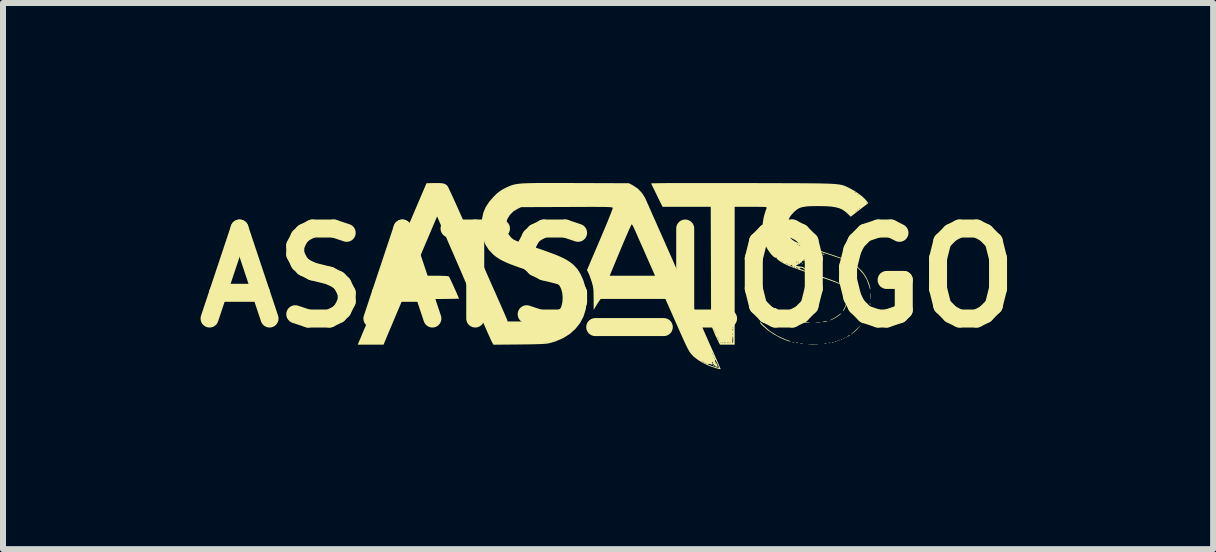
<source format=kicad_pcb>
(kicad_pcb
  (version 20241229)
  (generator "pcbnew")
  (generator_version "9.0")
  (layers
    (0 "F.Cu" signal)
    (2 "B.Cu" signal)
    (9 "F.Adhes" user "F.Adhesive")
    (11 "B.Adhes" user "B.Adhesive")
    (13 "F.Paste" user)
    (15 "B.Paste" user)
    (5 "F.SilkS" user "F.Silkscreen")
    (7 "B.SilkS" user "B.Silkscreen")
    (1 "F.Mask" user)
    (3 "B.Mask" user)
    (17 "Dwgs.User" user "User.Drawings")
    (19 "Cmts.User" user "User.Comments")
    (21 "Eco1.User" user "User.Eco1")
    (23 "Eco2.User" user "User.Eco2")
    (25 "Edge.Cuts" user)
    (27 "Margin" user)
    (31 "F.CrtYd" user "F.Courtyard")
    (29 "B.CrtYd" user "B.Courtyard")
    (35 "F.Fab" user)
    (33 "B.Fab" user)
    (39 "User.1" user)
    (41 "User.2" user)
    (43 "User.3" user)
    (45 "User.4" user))
  (footprint "ASATS_LOGO"
    (layer "F.Cu")
    (at 7.086 1.581)
    (property "Reference" "ASATS_LOGO" (at 0 0 0) (layer "F.SilkS") (effects (font (size 1.5 1.5) (thickness 0.3))))
    (attr board_only exclude_from_pos_files exclude_from_bom)
    (fp_poly (pts (xy 2.534 0.733) (xy 2.532 0.732) (xy 2.533 0.731)) (stroke (width 0) (type solid)) (fill yes) (layer "F.SilkS"))
    (fp_poly (pts (xy 3.176 -0.217) (xy 3.171 -0.211) (xy 3.165 -0.217) (xy 3.171 -0.223)) (stroke (width 0) (type solid)) (fill yes) (layer "F.SilkS"))
    (fp_poly (pts (xy 3.282 -0.264) (xy 3.276 -0.258) (xy 3.27 -0.264) (xy 3.276 -0.27)) (stroke (width 0) (type solid)) (fill yes) (layer "F.SilkS"))
    (fp_poly (pts (xy 3.317 -0.275) (xy 3.311 -0.27) (xy 3.305 -0.275) (xy 3.311 -0.281)) (stroke (width 0) (type solid)) (fill yes) (layer "F.SilkS"))
    (fp_poly (pts (xy 3.481 -0.393) (xy 3.475 -0.387) (xy 3.469 -0.393) (xy 3.475 -0.399)) (stroke (width 0) (type solid)) (fill yes) (layer "F.SilkS"))
    (fp_poly (pts (xy 3.868 1.037) (xy 3.862 1.043) (xy 3.856 1.037) (xy 3.862 1.031)) (stroke (width 0) (type solid)) (fill yes) (layer "F.SilkS"))
    (fp_poly (pts (xy 3.927 1.014) (xy 3.921 1.02) (xy 3.915 1.014) (xy 3.921 1.008)) (stroke (width 0) (type solid)) (fill yes) (layer "F.SilkS"))
    (fp_poly (pts (xy 3.95 1.002) (xy 3.944 1.008) (xy 3.938 1.002) (xy 3.944 0.996)) (stroke (width 0) (type solid)) (fill yes) (layer "F.SilkS"))
    (fp_poly (pts (xy 3.974 0.99) (xy 3.968 0.996) (xy 3.962 0.99) (xy 3.968 0.985)) (stroke (width 0) (type solid)) (fill yes) (layer "F.SilkS"))
    (fp_poly (pts (xy 3.103 1.071) (xy 3.099 1.077) (xy 3.088 1.077) (xy 3.075 1.075) (xy 3.08 1.07) (xy 3.099 1.069)) (stroke (width 0) (type solid)) (fill yes) (layer "F.SilkS"))
    (fp_poly (pts (xy 3.325 -0.301) (xy 3.323 -0.294) (xy 3.317 -0.293) (xy 3.307 -0.297) (xy 3.309 -0.301) (xy 3.323 -0.302)) (stroke (width 0) (type solid)) (fill yes) (layer "F.SilkS"))
    (fp_poly (pts (xy 3.637 1.094) (xy 3.638 1.098) (xy 3.622 1.1) (xy 3.605 1.098) (xy 3.607 1.094) (xy 3.631 1.092)) (stroke (width 0) (type solid)) (fill yes) (layer "F.SilkS"))
    (fp_poly (pts (xy 3.707 1.082) (xy 3.708 1.087) (xy 3.692 1.088) (xy 3.676 1.086) (xy 3.678 1.082) (xy 3.702 1.081)) (stroke (width 0) (type solid)) (fill yes) (layer "F.SilkS"))
    (fp_poly (pts (xy 3.759 1.071) (xy 3.756 1.077) (xy 3.744 1.077) (xy 3.731 1.075) (xy 3.737 1.07) (xy 3.755 1.069)) (stroke (width 0) (type solid)) (fill yes) (layer "F.SilkS"))
    (fp_poly (pts (xy 3.806 1.06) (xy 3.803 1.065) (xy 3.791 1.066) (xy 3.778 1.063) (xy 3.784 1.059) (xy 3.802 1.057)) (stroke (width 0) (type solid)) (fill yes) (layer "F.SilkS"))
    (fp_poly (pts (xy 3.841 1.047) (xy 3.839 1.054) (xy 3.833 1.055) (xy 3.823 1.051) (xy 3.825 1.047) (xy 3.839 1.046)) (stroke (width 0) (type solid)) (fill yes) (layer "F.SilkS"))
    (fp_poly (pts (xy 3.899 1.024) (xy 3.898 1.031) (xy 3.891 1.031) (xy 3.882 1.027) (xy 3.884 1.024) (xy 3.898 1.022)) (stroke (width 0) (type solid)) (fill yes) (layer "F.SilkS"))
    (fp_poly (pts (xy 4.345 0.531) (xy 4.346 0.545) (xy 4.345 0.547) (xy 4.338 0.545) (xy 4.337 0.539) (xy 4.341 0.53)) (stroke (width 0) (type solid)) (fill yes) (layer "F.SilkS"))
    (fp_poly (pts (xy 4.357 0.49) (xy 4.358 0.508) (xy 4.356 0.513) (xy 4.35 0.509) (xy 4.35 0.497) (xy 4.352 0.485)) (stroke (width 0) (type solid)) (fill yes) (layer "F.SilkS"))
    (fp_poly (pts (xy 4.368 0.419) (xy 4.37 0.443) (xy 4.368 0.448) (xy 4.364 0.45) (xy 4.362 0.434) (xy 4.364 0.417)) (stroke (width 0) (type solid)) (fill yes) (layer "F.SilkS"))
    (fp_poly (pts (xy 3.168 1.082) (xy 3.168 1.086) (xy 3.15 1.088) (xy 3.147 1.088) (xy 3.129 1.086) (xy 3.131 1.083) (xy 3.133 1.082) (xy 3.158 1.08)) (stroke (width 0) (type solid)) (fill yes) (layer "F.SilkS"))
    (fp_poly (pts (xy 3.243 -0.239) (xy 3.241 -0.234) (xy 3.23 -0.223) (xy 3.228 -0.223) (xy 3.227 -0.23) (xy 3.229 -0.234) (xy 3.24 -0.246) (xy 3.242 -0.246)) (stroke (width 0) (type solid)) (fill yes) (layer "F.SilkS"))
    (fp_poly (pts (xy 3.244 1.094) (xy 3.248 1.097) (xy 3.231 1.099) (xy 3.223 1.099) (xy 3.202 1.098) (xy 3.2 1.095) (xy 3.203 1.094) (xy 3.233 1.092)) (stroke (width 0) (type solid)) (fill yes) (layer "F.SilkS"))
    (fp_poly (pts (xy 3.395 -0.379) (xy 3.393 -0.375) (xy 3.382 -0.364) (xy 3.38 -0.363) (xy 3.379 -0.371) (xy 3.382 -0.375) (xy 3.393 -0.386) (xy 3.395 -0.387)) (stroke (width 0) (type solid)) (fill yes) (layer "F.SilkS"))
    (fp_poly (pts (xy 3.587 -0.402) (xy 3.606 -0.395) (xy 3.61 -0.391) (xy 3.6 -0.388) (xy 3.587 -0.387) (xy 3.568 -0.391) (xy 3.563 -0.397) (xy 3.573 -0.403)) (stroke (width 0) (type solid)) (fill yes) (layer "F.SilkS"))
    (fp_poly (pts (xy 3.993 0.308) (xy 3.995 0.337) (xy 3.993 0.349) (xy 3.99 0.352) (xy 3.988 0.336) (xy 3.988 0.328) (xy 3.989 0.307) (xy 3.992 0.304)) (stroke (width 0) (type solid)) (fill yes) (layer "F.SilkS"))
    (fp_poly (pts (xy 4.032 0.954) (xy 4.023 0.964) (xy 4.009 0.973) (xy 3.991 0.98) (xy 3.985 0.98) (xy 3.994 0.97) (xy 4.009 0.961) (xy 4.027 0.954)) (stroke (width 0) (type solid)) (fill yes) (layer "F.SilkS"))
    (fp_poly (pts (xy 4.251 0.746) (xy 4.249 0.75) (xy 4.238 0.761) (xy 4.236 0.762) (xy 4.235 0.754) (xy 4.237 0.75) (xy 4.248 0.739) (xy 4.25 0.738)) (stroke (width 0) (type solid)) (fill yes) (layer "F.SilkS"))
    (fp_poly (pts (xy 3.537 0.742) (xy 3.544 0.744) (xy 3.53 0.746) (xy 3.499 0.747) (xy 3.469 0.746) (xy 3.457 0.744) (xy 3.466 0.742) (xy 3.467 0.742) (xy 3.505 0.74)) (stroke (width 0) (type solid)) (fill yes) (layer "F.SilkS"))
    (fp_poly (pts (xy 3.36 -0.345) (xy 3.354 -0.337) (xy 3.338 -0.32) (xy 3.329 -0.32) (xy 3.322 -0.331) (xy 3.319 -0.339) (xy 3.323 -0.337) (xy 3.339 -0.336) (xy 3.351 -0.343) (xy 3.364 -0.352)) (stroke (width 0) (type solid)) (fill yes) (layer "F.SilkS"))
    (fp_poly (pts (xy 4.38 0.255) (xy 4.381 0.261) (xy 4.382 0.305) (xy 4.381 0.349) (xy 4.378 0.359) (xy 4.377 0.348) (xy 4.376 0.319) (xy 4.376 0.305) (xy 4.376 0.27) (xy 4.378 0.252)) (stroke (width 0) (type solid)) (fill yes) (layer "F.SilkS"))
    (fp_poly (pts (xy 3.659 0.722) (xy 3.651 0.726) (xy 3.631 0.732) (xy 3.606 0.737) (xy 3.584 0.738) (xy 3.575 0.736) (xy 3.576 0.734) (xy 3.59 0.73) (xy 3.618 0.724) (xy 3.628 0.723) (xy 3.654 0.72)) (stroke (width 0) (type solid)) (fill yes) (layer "F.SilkS"))
    (fp_poly (pts (xy 3.461 1.104) (xy 3.49 1.105) (xy 3.505 1.106) (xy 3.498 1.108) (xy 3.472 1.109) (xy 3.429 1.109) (xy 3.417 1.109) (xy 3.37 1.109) (xy 3.341 1.108) (xy 3.332 1.107) (xy 3.343 1.105) (xy 3.35 1.105) (xy 3.404 1.103)) (stroke (width 0) (type solid)) (fill yes) (layer "F.SilkS"))
    (fp_poly (pts (xy 3.886 0.596) (xy 3.883 0.599) (xy 3.855 0.624) (xy 3.814 0.652) (xy 3.768 0.679) (xy 3.727 0.7) (xy 3.704 0.708) (xy 3.697 0.708) (xy 3.708 0.7) (xy 3.727 0.691) (xy 3.766 0.67) (xy 3.811 0.642) (xy 3.844 0.619) (xy 3.872 0.599) (xy 3.887 0.591)) (stroke (width 0) (type solid)) (fill yes) (layer "F.SilkS"))
    (fp_poly (pts (xy 3.984 0.399) (xy 3.98 0.425) (xy 3.967 0.462) (xy 3.951 0.501) (xy 3.933 0.535) (xy 3.918 0.555) (xy 3.916 0.556) (xy 3.913 0.552) (xy 3.922 0.533) (xy 3.929 0.52) (xy 3.949 0.48) (xy 3.966 0.434) (xy 3.969 0.423) (xy 3.978 0.395) (xy 3.983 0.389)) (stroke (width 0) (type solid)) (fill yes) (layer "F.SilkS"))
    (fp_poly (pts (xy 4.335 0.575) (xy 4.331 0.589) (xy 4.32 0.616) (xy 4.305 0.65) (xy 4.288 0.684) (xy 4.273 0.711) (xy 4.263 0.726) (xy 4.261 0.727) (xy 4.263 0.717) (xy 4.273 0.691) (xy 4.29 0.655) (xy 4.293 0.647) (xy 4.312 0.61) (xy 4.326 0.584) (xy 4.334 0.575)) (stroke (width 0) (type solid)) (fill yes) (layer "F.SilkS"))
    (fp_poly (pts (xy 4.207 0.8) (xy 4.185 0.824) (xy 4.173 0.836) (xy 4.137 0.873) (xy 4.102 0.905) (xy 4.075 0.927) (xy 4.073 0.929) (xy 4.054 0.942) (xy 4.048 0.944) (xy 4.05 0.942) (xy 4.063 0.929) (xy 4.089 0.905) (xy 4.124 0.873) (xy 4.149 0.849) (xy 4.188 0.814) (xy 4.21 0.794) (xy 4.216 0.79)) (stroke (width 0) (type solid)) (fill yes) (layer "F.SilkS"))
    (fp_poly (pts (xy 2.582 0.783) (xy 2.694 0.883) (xy 2.822 0.965) (xy 2.965 1.03) (xy 2.989 1.038) (xy 3.024 1.051) (xy 3.045 1.061) (xy 3.048 1.065) (xy 3.048 1.065) (xy 3.027 1.061) (xy 2.994 1.052) (xy 2.969 1.043) (xy 2.869 1) (xy 2.766 0.944) (xy 2.671 0.88) (xy 2.633 0.849) (xy 2.583 0.806) (xy 2.55 0.775) (xy 2.534 0.75) (xy 2.534 0.733)) (stroke (width 0) (type solid)) (fill yes) (layer "F.SilkS"))
    (fp_poly (pts (xy 2.851 0.548) (xy 2.976 0.631) (xy 3.103 0.691) (xy 3.235 0.727) (xy 3.304 0.738) (xy 3.346 0.742) (xy 3.366 0.745) (xy 3.366 0.747) (xy 3.346 0.748) (xy 3.334 0.749) (xy 3.251 0.742) (xy 3.158 0.72) (xy 3.061 0.685) (xy 2.966 0.639) (xy 2.879 0.584) (xy 2.867 0.575) (xy 2.826 0.546) (xy 2.798 0.53) (xy 2.779 0.528) (xy 2.773 0.53) (xy 2.76 0.544) (xy 2.761 0.552) (xy 2.76 0.56) (xy 2.756 0.56) (xy 2.742 0.566) (xy 2.715 0.584) (xy 2.678 0.612) (xy 2.638 0.644) (xy 2.533 0.731) (xy 2.533 0.729) (xy 2.548 0.707) (xy 2.576 0.68) (xy 2.599 0.66) (xy 2.644 0.622) (xy 2.69 0.583) (xy 2.728 0.551) (xy 2.734 0.547) (xy 2.79 0.501)) (stroke (width 0) (type solid)) (fill yes) (layer "F.SilkS"))
    (fp_poly (pts (xy -0.874 -1.581) (xy -0.721 -1.581) (xy -0.546 -1.58) (xy -0.539 -1.58) (xy 0.346 -1.577) (xy 0.41 -1.544) (xy 0.495 -1.488) (xy 0.565 -1.415) (xy 0.618 -1.33) (xy 0.619 -1.326) (xy 0.629 -1.306) (xy 0.646 -1.266) (xy 0.672 -1.208) (xy 0.705 -1.134) (xy 0.743 -1.047) (xy 0.788 -0.947) (xy 0.836 -0.838) (xy 0.889 -0.719) (xy 0.944 -0.595) (xy 1.001 -0.465) (xy 1.06 -0.333) (xy 1.118 -0.2) (xy 1.177 -0.068) (xy 1.234 0.061) (xy 1.289 0.185) (xy 1.341 0.303) (xy 1.39 0.413) (xy 1.433 0.512) (xy 1.472 0.599) (xy 1.504 0.672) (xy 1.529 0.729) (xy 1.536 0.744) (xy 1.556 0.789) (xy 1.583 0.852) (xy 1.616 0.927) (xy 1.653 1.011) (xy 1.692 1.1) (xy 1.732 1.188) (xy 1.734 1.193) (xy 1.77 1.274) (xy 1.802 1.348) (xy 1.83 1.411) (xy 1.852 1.463) (xy 1.867 1.499) (xy 1.875 1.517) (xy 1.875 1.519) (xy 1.873 1.522) (xy 1.861 1.522) (xy 1.837 1.516) (xy 1.797 1.506) (xy 1.69 1.47) (xy 1.622 1.439) (xy 1.661 1.439) (xy 1.671 1.445) (xy 1.696 1.456) (xy 1.732 1.47) (xy 1.773 1.483) (xy 1.81 1.494) (xy 1.835 1.499) (xy 1.837 1.5) (xy 1.846 1.495) (xy 1.843 1.478) (xy 1.836 1.461) (xy 1.819 1.423) (xy 1.801 1.388) (xy 1.789 1.367) (xy 1.783 1.365) (xy 1.782 1.38) (xy 1.786 1.401) (xy 1.792 1.407) (xy 1.801 1.416) (xy 1.813 1.438) (xy 1.824 1.464) (xy 1.829 1.483) (xy 1.829 1.483) (xy 1.819 1.483) (xy 1.798 1.48) (xy 1.779 1.473) (xy 1.78 1.465) (xy 1.783 1.463) (xy 1.788 1.457) (xy 1.771 1.46) (xy 1.77 1.46) (xy 1.75 1.465) (xy 1.75 1.459) (xy 1.757 1.449) (xy 1.766 1.436) (xy 1.76 1.435) (xy 1.742 1.441) (xy 1.721 1.447) (xy 1.715 1.445) (xy 1.715 1.445) (xy 1.709 1.438) (xy 1.687 1.435) (xy 1.685 1.435) (xy 1.663 1.435) (xy 1.661 1.439) (xy 1.622 1.439) (xy 1.589 1.424) (xy 1.586 1.422) (xy 1.621 1.422) (xy 1.623 1.429) (xy 1.629 1.43) (xy 1.639 1.426) (xy 1.637 1.422) (xy 1.623 1.421) (xy 1.621 1.422) (xy 1.586 1.422) (xy 1.546 1.398) (xy 1.584 1.398) (xy 1.587 1.405) (xy 1.599 1.417) (xy 1.606 1.415) (xy 1.606 1.413) (xy 1.605 1.412) (xy 1.728 1.412) (xy 1.729 1.418) (xy 1.739 1.429) (xy 1.741 1.43) (xy 1.747 1.424) (xy 1.782 1.424) (xy 1.787 1.43) (xy 1.793 1.424) (xy 1.787 1.418) (xy 1.782 1.424) (xy 1.747 1.424) (xy 1.75 1.422) (xy 1.752 1.418) (xy 1.75 1.408) (xy 1.741 1.407) (xy 1.728 1.412) (xy 1.605 1.412) (xy 1.597 1.403) (xy 1.592 1.4) (xy 1.584 1.398) (xy 1.546 1.398) (xy 1.531 1.389) (xy 1.559 1.389) (xy 1.565 1.395) (xy 1.571 1.389) (xy 1.565 1.383) (xy 1.559 1.389) (xy 1.531 1.389) (xy 1.498 1.369) (xy 1.464 1.342) (xy 1.77 1.342) (xy 1.776 1.348) (xy 1.782 1.342) (xy 1.776 1.336) (xy 1.77 1.342) (xy 1.464 1.342) (xy 1.434 1.319) (xy 1.758 1.319) (xy 1.764 1.325) (xy 1.77 1.319) (xy 1.764 1.313) (xy 1.758 1.319) (xy 1.434 1.319) (xy 1.423 1.31) (xy 1.398 1.283) (xy 1.746 1.283) (xy 1.752 1.289) (xy 1.758 1.283) (xy 1.752 1.278) (xy 1.746 1.283) (xy 1.398 1.283) (xy 1.394 1.28) (xy 1.38 1.264) (xy 1.378 1.26) (xy 1.735 1.26) (xy 1.741 1.266) (xy 1.746 1.26) (xy 1.741 1.254) (xy 1.735 1.26) (xy 1.378 1.26) (xy 1.367 1.246) (xy 1.354 1.226) (xy 1.339 1.201) (xy 1.322 1.168) (xy 1.301 1.126) (xy 1.276 1.073) (xy 1.246 1.007) (xy 1.209 0.925) (xy 1.165 0.826) (xy 1.113 0.708) (xy 1.107 0.695) (xy 0.955 0.352) (xy 0.416 0.352) (xy -0.123 0.352) (xy -0.146 0.383) (xy -0.165 0.411) (xy -0.189 0.449) (xy -0.204 0.474) (xy -0.24 0.534) (xy -0.241 0.352) (xy -0.242 0.279) (xy -0.243 0.224) (xy -0.247 0.18) (xy -0.253 0.142) (xy -0.262 0.104) (xy -0.273 0.067) (xy -0.291 0.014) (xy -0.308 -0.035) (xy 0.027 -0.035) (xy 0.405 -0.035) (xy 0.783 -0.035) (xy 0.636 -0.366) (xy 0.598 -0.454) (xy 0.56 -0.54) (xy 0.524 -0.62) (xy 0.493 -0.69) (xy 0.468 -0.748) (xy 0.45 -0.789) (xy 0.447 -0.795) (xy 0.427 -0.838) (xy 0.41 -0.872) (xy 0.397 -0.89) (xy 0.394 -0.893) (xy 0.387 -0.882) (xy 0.373 -0.852) (xy 0.351 -0.805) (xy 0.324 -0.743) (xy 0.292 -0.669) (xy 0.256 -0.585) (xy 0.217 -0.493) (xy 0.205 -0.464) (xy 0.027 -0.035) (xy -0.308 -0.035) (xy -0.309 -0.036) (xy -0.324 -0.074) (xy -0.329 -0.083) (xy -0.352 -0.129) (xy -0.134 -0.639) (xy -0.09 -0.743) (xy -0.049 -0.84) (xy -0.012 -0.929) (xy 0.019 -1.007) (xy 0.045 -1.072) (xy 0.064 -1.122) (xy 0.075 -1.154) (xy 0.078 -1.167) (xy 0.074 -1.17) (xy 0.066 -1.173) (xy 0.051 -1.176) (xy 0.028 -1.178) (xy -0.005 -1.18) (xy -0.05 -1.181) (xy -0.108 -1.182) (xy -0.18 -1.182) (xy -0.27 -1.183) (xy -0.377 -1.182) (xy -0.504 -1.182) (xy -0.652 -1.181) (xy -0.688 -1.181) (xy -1.448 -1.178) (xy -1.506 -1.151) (xy -1.579 -1.107) (xy -1.637 -1.048) (xy -1.679 -0.98) (xy -1.701 -0.906) (xy -1.704 -0.867) (xy -1.696 -0.8) (xy -1.67 -0.74) (xy -1.625 -0.682) (xy -1.61 -0.666) (xy -1.595 -0.653) (xy -1.578 -0.64) (xy -1.555 -0.628) (xy -1.525 -0.615) (xy -1.485 -0.599) (xy -1.432 -0.58) (xy -1.363 -0.556) (xy -1.275 -0.527) (xy -1.228 -0.511) (xy -1.099 -0.467) (xy -0.99 -0.428) (xy -0.898 -0.394) (xy -0.821 -0.363) (xy -0.756 -0.333) (xy -0.702 -0.305) (xy -0.655 -0.276) (xy -0.612 -0.246) (xy -0.572 -0.213) (xy -0.571 -0.212) (xy -0.51 -0.145) (xy -0.457 -0.059) (xy -0.413 0.041) (xy -0.38 0.151) (xy -0.361 0.259) (xy -0.356 0.395) (xy -0.372 0.524) (xy -0.409 0.643) (xy -0.466 0.752) (xy -0.542 0.849) (xy -0.636 0.934) (xy -0.747 1.004) (xy -0.874 1.059) (xy -0.944 1.08) (xy -0.97 1.087) (xy -0.995 1.093) (xy -1.024 1.097) (xy -1.057 1.1) (xy -1.099 1.103) (xy -1.152 1.105) (xy -1.218 1.107) (xy -1.3 1.109) (xy -1.402 1.11) (xy -1.473 1.111) (xy -1.909 1.115) (xy -1.927 1.088) (xy -1.932 1.079) (xy -1.94 1.063) (xy -1.951 1.04) (xy -1.966 1.007) (xy -1.985 0.964) (xy -2.01 0.909) (xy -2.04 0.84) (xy -2.077 0.757) (xy -2.121 0.657) (xy -2.172 0.54) (xy -2.231 0.404) (xy -2.297 0.252) (xy -2.312 0.218) (xy -2.335 0.166) (xy -2.364 0.099) (xy -2.398 0.02) (xy -2.437 -0.07) (xy -2.478 -0.166) (xy -2.522 -0.267) (xy -2.567 -0.371) (xy -2.612 -0.474) (xy -2.656 -0.575) (xy -2.697 -0.67) (xy -2.735 -0.757) (xy -2.768 -0.834) (xy -2.796 -0.898) (xy -2.817 -0.947) (xy -2.83 -0.977) (xy -2.833 -0.984) (xy -2.85 -1.024) (xy -2.959 -0.767) (xy -2.998 -0.675) (xy -3.042 -0.572) (xy -3.087 -0.466) (xy -3.129 -0.365) (xy -3.166 -0.277) (xy -3.168 -0.273) (xy -3.268 -0.035) (xy -2.966 -0.035) (xy -2.867 -0.035) (xy -2.79 -0.034) (xy -2.731 -0.032) (xy -2.691 -0.03) (xy -2.665 -0.026) (xy -2.653 -0.022) (xy -2.652 -0.021) (xy -2.644 -0.007) (xy -2.629 0.024) (xy -2.609 0.067) (xy -2.585 0.118) (xy -2.561 0.172) (xy -2.536 0.226) (xy -2.515 0.275) (xy -2.498 0.314) (xy -2.487 0.34) (xy -2.485 0.347) (xy -2.496 0.348) (xy -2.528 0.349) (xy -2.579 0.35) (xy -2.646 0.351) (xy -2.726 0.352) (xy -2.818 0.353) (xy -2.918 0.354) (xy -2.955 0.354) (xy -3.424 0.357) (xy -3.553 0.662) (xy -3.588 0.746) (xy -3.622 0.826) (xy -3.653 0.899) (xy -3.679 0.961) (xy -3.699 1.01) (xy -3.712 1.04) (xy -3.712 1.04) (xy -3.742 1.114) (xy -3.957 1.114) (xy -4.173 1.114) (xy -4.155 1.07) (xy -4.147 1.051) (xy -4.13 1.012) (xy -4.107 0.957) (xy -4.077 0.886) (xy -4.041 0.802) (xy -4.001 0.708) (xy -3.957 0.606) (xy -3.911 0.497) (xy -3.891 0.451) (xy -3.84 0.332) (xy -3.782 0.195) (xy -3.718 0.045) (xy -3.65 -0.114) (xy -3.58 -0.278) (xy -3.51 -0.442) (xy -3.442 -0.603) (xy -3.377 -0.755) (xy -3.337 -0.85) (xy -3.027 -1.577) (xy -2.894 -1.58) (xy -2.821 -1.58) (xy -2.768 -1.577) (xy -2.729 -1.568) (xy -2.7 -1.553) (xy -2.678 -1.532) (xy -2.674 -1.525) (xy -2.664 -1.508) (xy -2.647 -1.472) (xy -2.622 -1.419) (xy -2.591 -1.352) (xy -2.555 -1.273) (xy -2.515 -1.185) (xy -2.473 -1.09) (xy -2.452 -1.043) (xy -2.407 -0.942) (xy -2.355 -0.823) (xy -2.296 -0.691) (xy -2.234 -0.551) (xy -2.17 -0.406) (xy -2.105 -0.26) (xy -2.042 -0.118) (xy -1.983 0.016) (xy -1.975 0.035) (xy -1.924 0.15) (xy -1.875 0.259) (xy -1.831 0.361) (xy -1.79 0.452) (xy -1.755 0.532) (xy -1.726 0.599) (xy -1.704 0.649) (xy -1.69 0.682) (xy -1.685 0.694) (xy -1.674 0.727) (xy -1.383 0.727) (xy -1.291 0.727) (xy -1.218 0.726) (xy -1.162 0.725) (xy -1.119 0.722) (xy -1.085 0.719) (xy -1.056 0.714) (xy -1.029 0.707) (xy -1.013 0.702) (xy -0.938 0.668) (xy -0.871 0.618) (xy -0.817 0.555) (xy -0.781 0.485) (xy -0.779 0.48) (xy -0.762 0.407) (xy -0.757 0.327) (xy -0.764 0.251) (xy -0.782 0.186) (xy -0.784 0.182) (xy -0.799 0.15) (xy -0.816 0.122) (xy -0.837 0.096) (xy -0.864 0.073) (xy -0.898 0.049) (xy -0.942 0.026) (xy -0.998 0.000427) (xy -1.069 -0.028) (xy -1.155 -0.059) (xy -1.259 -0.096) (xy -1.384 -0.139) (xy -1.389 -0.141) (xy -1.507 -0.182) (xy -1.606 -0.218) (xy -1.688 -0.251) (xy -1.755 -0.283) (xy -1.812 -0.313) (xy -1.86 -0.345) (xy -1.902 -0.378) (xy -1.918 -0.392) (xy -1.992 -0.471) (xy -2.047 -0.558) (xy -2.084 -0.655) (xy -2.104 -0.766) (xy -2.109 -0.862) (xy -2.102 -0.98) (xy -2.08 -1.084) (xy -2.04 -1.179) (xy -1.981 -1.269) (xy -1.905 -1.355) (xy -1.854 -1.405) (xy -1.809 -1.441) (xy -1.763 -1.471) (xy -1.711 -1.498) (xy -1.68 -1.513) (xy -1.651 -1.526) (xy -1.622 -1.538) (xy -1.593 -1.548) (xy -1.561 -1.556) (xy -1.525 -1.563) (xy -1.483 -1.568) (xy -1.434 -1.573) (xy -1.374 -1.576) (xy -1.303 -1.578) (xy -1.22 -1.58) (xy -1.122 -1.581) (xy -1.007 -1.581)) (stroke (width 0) (type solid)) (fill yes) (layer "F.SilkS"))
    (fp_poly (pts (xy 1.827 -1.58) (xy 2.006 -1.58) (xy 2.191 -1.58) (xy 2.252 -1.579) (xy 2.478 -1.579) (xy 2.682 -1.578) (xy 2.864 -1.578) (xy 3.027 -1.577) (xy 3.172 -1.577) (xy 3.3 -1.576) (xy 3.411 -1.575) (xy 3.509 -1.574) (xy 3.592 -1.572) (xy 3.664 -1.57) (xy 3.725 -1.567) (xy 3.776 -1.564) (xy 3.819 -1.56) (xy 3.855 -1.555) (xy 3.886 -1.55) (xy 3.912 -1.544) (xy 3.934 -1.536) (xy 3.955 -1.528) (xy 3.975 -1.519) (xy 3.996 -1.509) (xy 4.018 -1.498) (xy 4.039 -1.487) (xy 4.101 -1.453) (xy 4.165 -1.411) (xy 4.226 -1.365) (xy 4.276 -1.32) (xy 4.311 -1.28) (xy 4.312 -1.28) (xy 4.337 -1.245) (xy 4.191 -1.132) (xy 4.045 -1.019) (xy 3.995 -1.067) (xy 3.95 -1.107) (xy 3.948 -1.108) (xy 4.126 -1.108) (xy 4.132 -1.102) (xy 4.138 -1.108) (xy 4.132 -1.114) (xy 4.126 -1.108) (xy 3.948 -1.108) (xy 3.913 -1.131) (xy 4.149 -1.131) (xy 4.155 -1.125) (xy 4.161 -1.131) (xy 4.155 -1.137) (xy 4.149 -1.131) (xy 3.913 -1.131) (xy 3.903 -1.138) (xy 3.865 -1.155) (xy 4.184 -1.155) (xy 4.19 -1.149) (xy 4.196 -1.155) (xy 4.19 -1.16) (xy 4.184 -1.155) (xy 3.865 -1.155) (xy 3.85 -1.161) (xy 3.789 -1.177) (xy 3.716 -1.188) (xy 3.626 -1.194) (xy 3.517 -1.196) (xy 3.512 -1.196) (xy 3.414 -1.195) (xy 3.336 -1.192) (xy 3.274 -1.185) (xy 3.224 -1.175) (xy 3.184 -1.16) (xy 3.148 -1.138) (xy 3.113 -1.11) (xy 3.093 -1.09) (xy 3.052 -1.045) (xy 3.025 -1.006) (xy 3.008 -0.964) (xy 3.008 -0.961) (xy 2.992 -0.881) (xy 2.99 -0.804) (xy 3.003 -0.735) (xy 3.016 -0.702) (xy 3.031 -0.676) (xy 3.05 -0.653) (xy 3.074 -0.631) (xy 3.106 -0.61) (xy 3.148 -0.589) (xy 3.202 -0.565) (xy 3.271 -0.539) (xy 3.357 -0.51) (xy 3.463 -0.475) (xy 3.503 -0.462) (xy 3.595 -0.431) (xy 3.684 -0.401) (xy 3.768 -0.373) (xy 3.841 -0.347) (xy 3.902 -0.325) (xy 3.944 -0.308) (xy 3.952 -0.305) (xy 4.065 -0.248) (xy 4.159 -0.184) (xy 4.234 -0.11) (xy 4.267 -0.067) (xy 4.301 -0.012) (xy 4.332 0.049) (xy 4.355 0.11) (xy 4.369 0.162) (xy 4.371 0.192) (xy 4.368 0.195) (xy 4.362 0.179) (xy 4.354 0.149) (xy 4.315 0.037) (xy 4.256 -0.062) (xy 4.178 -0.15) (xy 4.079 -0.225) (xy 3.961 -0.288) (xy 3.924 -0.303) (xy 3.88 -0.32) (xy 3.824 -0.34) (xy 3.759 -0.362) (xy 3.689 -0.386) (xy 3.616 -0.409) (xy 3.546 -0.432) (xy 3.481 -0.452) (xy 3.425 -0.469) (xy 3.382 -0.481) (xy 3.355 -0.488) (xy 3.347 -0.488) (xy 3.35 -0.483) (xy 3.37 -0.475) (xy 3.385 -0.47) (xy 3.413 -0.459) (xy 3.428 -0.449) (xy 3.428 -0.445) (xy 3.43 -0.434) (xy 3.434 -0.434) (xy 3.442 -0.427) (xy 3.441 -0.423) (xy 3.426 -0.417) (xy 3.411 -0.419) (xy 3.392 -0.418) (xy 3.387 -0.411) (xy 3.38 -0.403) (xy 3.376 -0.404) (xy 3.364 -0.4) (xy 3.353 -0.382) (xy 3.339 -0.36) (xy 3.325 -0.352) (xy 3.31 -0.342) (xy 3.297 -0.319) (xy 3.292 -0.295) (xy 3.292 -0.292) (xy 3.283 -0.287) (xy 3.265 -0.288) (xy 3.24 -0.283) (xy 3.231 -0.267) (xy 3.221 -0.251) (xy 3.212 -0.252) (xy 3.202 -0.252) (xy 3.202 -0.244) (xy 3.199 -0.23) (xy 3.194 -0.229) (xy 3.185 -0.237) (xy 3.185 -0.24) (xy 3.181 -0.241) (xy 3.167 -0.227) (xy 3.166 -0.226) (xy 3.148 -0.21) (xy 3.135 -0.209) (xy 3.131 -0.209) (xy 3.133 -0.204) (xy 3.148 -0.197) (xy 3.178 -0.191) (xy 3.196 -0.189) (xy 3.23 -0.185) (xy 3.252 -0.179) (xy 3.257 -0.175) (xy 3.266 -0.168) (xy 3.269 -0.169) (xy 3.276 -0.164) (xy 3.279 -0.15) (xy 3.279 -0.134) (xy 3.272 -0.138) (xy 3.265 -0.147) (xy 3.247 -0.161) (xy 3.223 -0.169) (xy 3.201 -0.168) (xy 3.192 -0.157) (xy 3.192 -0.157) (xy 3.203 -0.149) (xy 3.233 -0.136) (xy 3.279 -0.118) (xy 3.338 -0.097) (xy 3.407 -0.073) (xy 3.451 -0.058) (xy 3.562 -0.021) (xy 3.654 0.01) (xy 3.727 0.036) (xy 3.785 0.059) (xy 3.83 0.078) (xy 3.863 0.095) (xy 3.889 0.111) (xy 3.906 0.125) (xy 3.936 0.16) (xy 3.962 0.201) (xy 3.98 0.24) (xy 3.985 0.266) (xy 3.981 0.27) (xy 3.973 0.255) (xy 3.969 0.245) (xy 3.935 0.177) (xy 3.888 0.124) (xy 3.864 0.107) (xy 3.844 0.097) (xy 3.804 0.081) (xy 3.748 0.06) (xy 3.679 0.035) (xy 3.598 0.007) (xy 3.511 -0.023) (xy 3.445 -0.046) (xy 3.352 -0.077) (xy 3.263 -0.108) (xy 3.181 -0.136) (xy 3.11 -0.162) (xy 3.086 -0.171) (xy 3.133 -0.171) (xy 3.141 -0.164) (xy 3.163 -0.154) (xy 3.171 -0.153) (xy 3.173 -0.158) (xy 3.165 -0.164) (xy 3.143 -0.174) (xy 3.135 -0.175) (xy 3.133 -0.171) (xy 3.086 -0.171) (xy 3.053 -0.183) (xy 3.05 -0.184) (xy 3.098 -0.184) (xy 3.1 -0.177) (xy 3.106 -0.176) (xy 3.116 -0.18) (xy 3.114 -0.184) (xy 3.1 -0.185) (xy 3.098 -0.184) (xy 3.05 -0.184) (xy 3.012 -0.198) (xy 2.997 -0.204) (xy 3.042 -0.204) (xy 3.049 -0.198) (xy 3.07 -0.188) (xy 3.076 -0.192) (xy 3.069 -0.204) (xy 3.051 -0.215) (xy 3.043 -0.214) (xy 3.042 -0.204) (xy 2.997 -0.204) (xy 2.997 -0.204) (xy 2.971 -0.217) (xy 3.012 -0.217) (xy 3.018 -0.211) (xy 3.024 -0.217) (xy 3.018 -0.223) (xy 3.012 -0.217) (xy 2.971 -0.217) (xy 2.947 -0.229) (xy 2.989 -0.229) (xy 2.995 -0.223) (xy 3.001 -0.229) (xy 2.995 -0.234) (xy 2.989 -0.229) (xy 2.947 -0.229) (xy 2.943 -0.231) (xy 2.925 -0.24) (xy 2.965 -0.24) (xy 2.971 -0.234) (xy 2.977 -0.24) (xy 2.971 -0.246) (xy 2.965 -0.24) (xy 2.925 -0.24) (xy 2.904 -0.252) (xy 3.13 -0.252) (xy 3.135 -0.246) (xy 3.141 -0.252) (xy 3.135 -0.258) (xy 3.13 -0.252) (xy 2.904 -0.252) (xy 2.893 -0.258) (xy 2.885 -0.264) (xy 3.165 -0.264) (xy 3.171 -0.258) (xy 3.176 -0.264) (xy 3.171 -0.27) (xy 3.165 -0.264) (xy 2.885 -0.264) (xy 2.866 -0.275) (xy 2.895 -0.275) (xy 2.901 -0.27) (xy 2.907 -0.275) (xy 3.141 -0.275) (xy 3.147 -0.27) (xy 3.153 -0.275) (xy 3.147 -0.281) (xy 3.141 -0.275) (xy 2.907 -0.275) (xy 2.901 -0.281) (xy 2.895 -0.275) (xy 2.866 -0.275) (xy 2.852 -0.285) (xy 2.822 -0.308) (xy 2.818 -0.313) (xy 3.262 -0.313) (xy 3.264 -0.306) (xy 3.27 -0.305) (xy 3.28 -0.309) (xy 3.278 -0.313) (xy 3.264 -0.314) (xy 3.262 -0.313) (xy 2.818 -0.313) (xy 2.808 -0.325) (xy 2.808 -0.33) (xy 2.809 -0.334) (xy 3.27 -0.334) (xy 3.276 -0.328) (xy 3.282 -0.334) (xy 3.276 -0.34) (xy 3.27 -0.334) (xy 2.809 -0.334) (xy 2.81 -0.338) (xy 2.802 -0.335) (xy 2.783 -0.335) (xy 2.756 -0.354) (xy 2.724 -0.386) (xy 2.691 -0.428) (xy 3.341 -0.428) (xy 3.346 -0.422) (xy 3.352 -0.428) (xy 3.346 -0.434) (xy 3.341 -0.428) (xy 2.691 -0.428) (xy 2.69 -0.429) (xy 2.674 -0.453) (xy 3.368 -0.453) (xy 3.37 -0.446) (xy 3.376 -0.445) (xy 3.385 -0.45) (xy 3.384 -0.453) (xy 3.37 -0.455) (xy 3.368 -0.453) (xy 2.674 -0.453) (xy 2.657 -0.479) (xy 2.646 -0.498) (xy 3.317 -0.498) (xy 3.323 -0.492) (xy 3.329 -0.498) (xy 3.323 -0.504) (xy 3.317 -0.498) (xy 2.646 -0.498) (xy 2.639 -0.512) (xy 3.274 -0.512) (xy 3.276 -0.505) (xy 3.282 -0.504) (xy 3.292 -0.508) (xy 3.29 -0.512) (xy 3.276 -0.513) (xy 3.274 -0.512) (xy 2.639 -0.512) (xy 2.633 -0.522) (xy 3.247 -0.522) (xy 3.253 -0.516) (xy 3.259 -0.522) (xy 3.253 -0.527) (xy 3.247 -0.522) (xy 2.633 -0.522) (xy 2.627 -0.533) (xy 2.627 -0.533) (xy 3.212 -0.533) (xy 3.217 -0.527) (xy 3.223 -0.533) (xy 3.217 -0.539) (xy 3.212 -0.533) (xy 2.627 -0.533) (xy 2.62 -0.547) (xy 3.18 -0.547) (xy 3.182 -0.54) (xy 3.188 -0.539) (xy 3.198 -0.543) (xy 3.196 -0.547) (xy 3.182 -0.548) (xy 3.18 -0.547) (xy 2.62 -0.547) (xy 2.616 -0.557) (xy 3.153 -0.557) (xy 3.159 -0.551) (xy 3.165 -0.557) (xy 3.159 -0.563) (xy 3.153 -0.557) (xy 2.616 -0.557) (xy 2.603 -0.586) (xy 2.6 -0.593) (xy 2.584 -0.659) (xy 2.575 -0.74) (xy 2.573 -0.83) (xy 2.579 -0.92) (xy 2.593 -1.004) (xy 2.604 -1.049) (xy 2.619 -1.095) (xy 2.632 -1.134) (xy 2.641 -1.16) (xy 2.643 -1.163) (xy 2.644 -1.17) (xy 2.641 -1.175) (xy 2.629 -1.179) (xy 2.607 -1.181) (xy 2.571 -1.183) (xy 2.52 -1.183) (xy 2.45 -1.184) (xy 2.381 -1.184) (xy 2.11 -1.184) (xy 2.11 -0.035) (xy 2.11 1.114) (xy 1.987 1.114) (xy 1.864 1.114) (xy 1.849 1.084) (xy 1.875 1.084) (xy 1.881 1.09) (xy 1.887 1.084) (xy 1.899 1.084) (xy 1.905 1.09) (xy 1.908 1.087) (xy 1.93 1.087) (xy 1.946 1.088) (xy 1.962 1.086) (xy 1.961 1.084) (xy 1.981 1.084) (xy 1.987 1.09) (xy 1.993 1.084) (xy 2.004 1.084) (xy 2.01 1.09) (xy 2.016 1.084) (xy 2.028 1.084) (xy 2.034 1.09) (xy 2.04 1.084) (xy 2.034 1.078) (xy 2.028 1.084) (xy 2.016 1.084) (xy 2.01 1.078) (xy 2.004 1.084) (xy 1.993 1.084) (xy 1.987 1.078) (xy 1.981 1.084) (xy 1.961 1.084) (xy 1.96 1.082) (xy 1.936 1.081) (xy 1.931 1.082) (xy 1.93 1.087) (xy 1.908 1.087) (xy 1.911 1.084) (xy 1.905 1.078) (xy 1.899 1.084) (xy 1.887 1.084) (xy 1.881 1.078) (xy 1.875 1.084) (xy 1.849 1.084) (xy 1.842 1.071) (xy 2.072 1.071) (xy 2.075 1.088) (xy 2.077 1.09) (xy 2.082 1.079) (xy 2.085 1.052) (xy 2.085 1.023) (xy 2.084 0.987) (xy 2.081 0.974) (xy 2.078 0.984) (xy 2.074 1.016) (xy 2.072 1.04) (xy 2.072 1.071) (xy 1.842 1.071) (xy 1.826 1.037) (xy 1.84 1.037) (xy 1.846 1.043) (xy 1.852 1.037) (xy 1.846 1.031) (xy 1.84 1.037) (xy 1.826 1.037) (xy 1.818 1.022) (xy 1.814 1.014) (xy 1.829 1.014) (xy 1.834 1.02) (xy 1.84 1.014) (xy 1.834 1.008) (xy 1.829 1.014) (xy 1.814 1.014) (xy 1.803 0.99) (xy 1.817 0.99) (xy 1.823 0.996) (xy 1.829 0.99) (xy 1.823 0.985) (xy 1.817 0.99) (xy 1.803 0.99) (xy 1.792 0.968) (xy 1.779 0.938) (xy 2.075 0.938) (xy 2.079 0.947) (xy 2.082 0.946) (xy 2.084 0.932) (xy 2.082 0.93) (xy 2.076 0.931) (xy 2.075 0.938) (xy 1.779 0.938) (xy 1.767 0.91) (xy 1.766 0.908) (xy 1.782 0.908) (xy 1.787 0.914) (xy 1.793 0.908) (xy 1.787 0.903) (xy 1.782 0.908) (xy 1.766 0.908) (xy 1.757 0.885) (xy 1.77 0.885) (xy 1.776 0.891) (xy 1.782 0.885) (xy 1.776 0.879) (xy 1.77 0.885) (xy 1.757 0.885) (xy 1.747 0.861) (xy 2.076 0.861) (xy 2.078 0.876) (xy 2.082 0.876) (xy 2.085 0.86) (xy 2.083 0.853) (xy 2.077 0.849) (xy 2.076 0.861) (xy 1.747 0.861) (xy 1.747 0.86) (xy 1.745 0.855) (xy 1.734 0.826) (xy 2.075 0.826) (xy 2.081 0.832) (xy 2.086 0.826) (xy 2.081 0.82) (xy 2.075 0.826) (xy 1.734 0.826) (xy 1.717 0.779) (xy 1.714 -0.202) (xy 1.711 -1.184) (xy 1.309 -1.184) (xy 0.908 -1.184) (xy 0.876 -1.248) (xy 4.302 -1.248) (xy 4.308 -1.242) (xy 4.313 -1.248) (xy 4.308 -1.254) (xy 4.302 -1.248) (xy 0.876 -1.248) (xy 0.814 -1.374) (xy 0.807 -1.389) (xy 4.161 -1.389) (xy 4.167 -1.383) (xy 4.173 -1.389) (xy 4.167 -1.395) (xy 4.161 -1.389) (xy 0.807 -1.389) (xy 0.79 -1.424) (xy 4.114 -1.424) (xy 4.12 -1.418) (xy 4.126 -1.424) (xy 4.12 -1.43) (xy 4.114 -1.424) (xy 0.79 -1.424) (xy 0.784 -1.436) (xy 0.758 -1.49) (xy 0.736 -1.534) (xy 0.722 -1.563) (xy 0.717 -1.574) (xy 0.728 -1.575) (xy 0.761 -1.576) (xy 0.815 -1.577) (xy 0.888 -1.578) (xy 0.979 -1.579) (xy 1.087 -1.579) (xy 1.21 -1.58) (xy 1.346 -1.58) (xy 1.496 -1.58) (xy 1.656 -1.58)) (stroke (width 0) (type solid)) (fill yes) (layer "F.SilkS")))
  (gr_rect
    (start -3 -3)
    (end 17.171 6.103)
    (stroke (width 0.1) (type default))
    (fill no)
    (layer "Edge.Cuts")))
</source>
